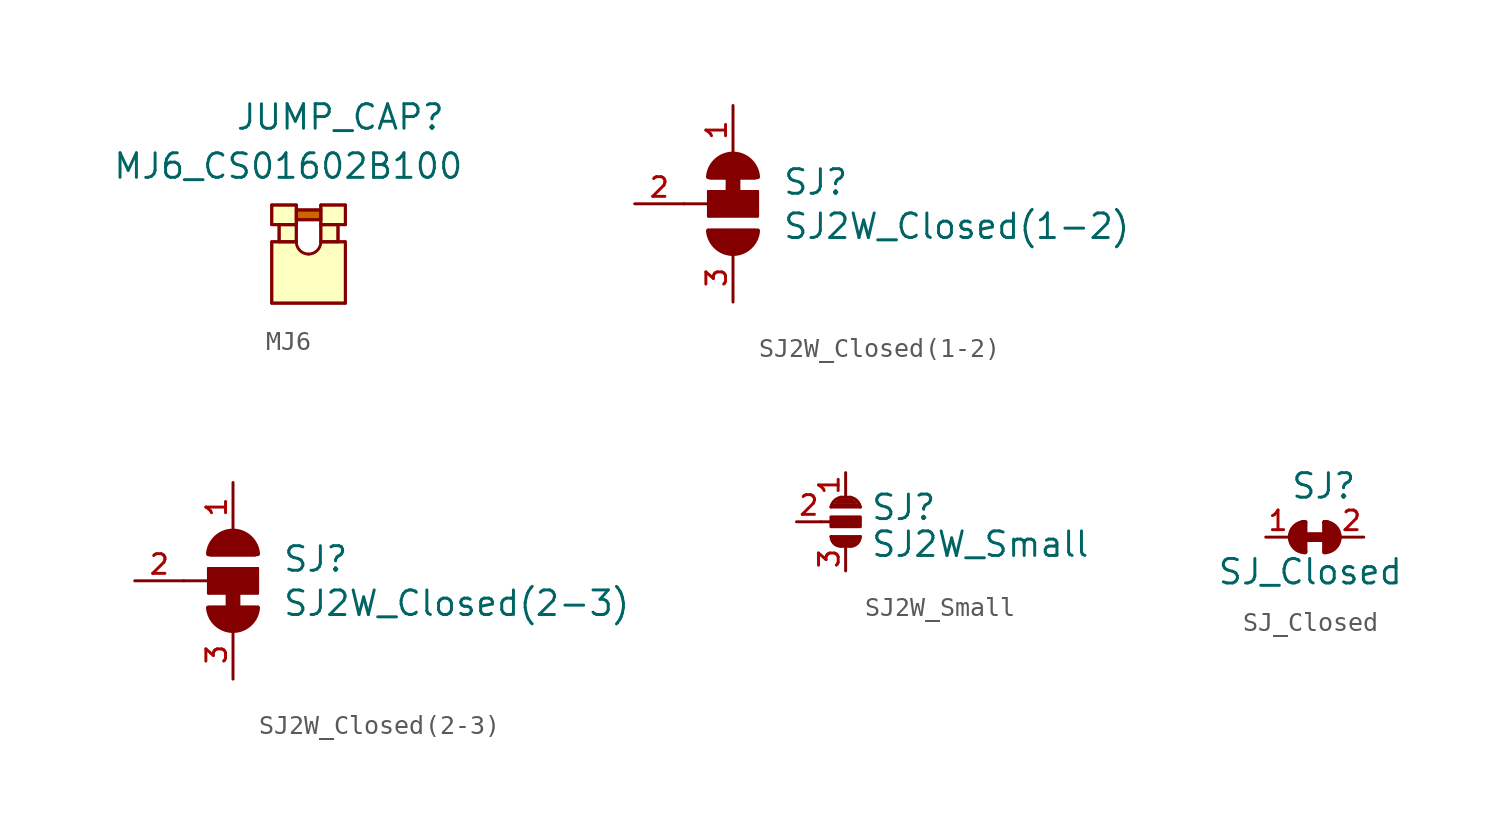
<source format=kicad_sym>
(kicad_symbol_lib
  (version 20220914)
  (generator kicad_symbol_editor)
  (symbol "MJ6"
    (pin_numbers hide)
    (pin_names
      (offset 0) hide)
    (property "Reference" "JUMP_CAP"
      (at -2.54 5.08 0)
      (effects (font (size 1.27 1.27)) (justify left bottom)))
    (property "Value" "MJ6_CS01602B100"
      (at -8.89 2.54 0)
      (effects (font (size 1.27 1.27)) (justify left bottom)))
    (symbol "MJ6_0_1"
      (polyline (pts (xy -0.635 -0.635) (xy 0.635 -0.635)) (stroke (width 0) (type default)) (fill (type none)))
      (polyline (pts (xy -0.635 0.254) (xy 0.635 0.254)) (stroke (width 0) (type default)) (fill (type none)))
      (polyline (pts (xy -0.635 1.27) (xy -0.635 0.254)) (stroke (width 0) (type default)) (fill (type none)))
      (polyline (pts (xy -0.635 1.27) (xy 0.635 1.27)) (stroke (width 0) (type default)) (fill (type none)))
      (polyline (pts (xy -0.254 0.254) (xy -0.254 -0.635)) (stroke (width 0) (type default)) (fill (type none)))
      (polyline (pts (xy 0.635 -0.635) (xy 0.635 1.27)) (stroke (width 0) (type default)) (fill (type none)))
      (polyline (pts (xy 1.905 -0.635) (xy 1.905 1.27)) (stroke (width 0) (type default)) (fill (type none)))
      (polyline (pts (xy 1.905 -0.635) (xy 3.175 -0.635)) (stroke (width 0) (type default)) (fill (type none)))
      (polyline (pts (xy 1.905 0.254) (xy 3.175 0.254)) (stroke (width 0) (type default)) (fill (type none)))
      (polyline (pts (xy 1.905 0.508) (xy 0.635 0.508)) (stroke (width 0) (type default)) (fill (type none)))
      (polyline (pts (xy 1.905 1.016) (xy 0.635 1.016)) (stroke (width 0) (type default)) (fill (type none)))
      (polyline (pts (xy 1.905 1.27) (xy 3.175 1.27)) (stroke (width 0) (type default)) (fill (type none)))
      (polyline (pts (xy 3.175 1.27) (xy 3.175 0.254)) (stroke (width 0) (type default)) (fill (type none)))
      (polyline (pts (xy 2.794 0.254) (xy 2.794 -0.635) (xy 2.794 -0.508)) (stroke (width 0) (type default)) (fill (type none)))
      (arc (start 0.635 -0.635) (mid 0.821 -1.084) (end 1.27 -1.27) (stroke (width 0) (type default)) (fill (type none)))
      (arc (start 1.27 -1.27) (mid 1.719 -1.084) (end 1.905 -0.635) (stroke (width 0) (type default)) (fill (type none))))
    (symbol "MJ6_1_0"
      (rectangle (start -0.635 -1.27) (end 3.175 -3.81) (stroke (width -0.0001) (type default)) (fill (type background)))
      (rectangle (start -0.635 -0.635) (end 0.635 -1.397) (stroke (width -0.0001) (type default)) (fill (type background)))
      (rectangle (start -0.635 1.27) (end 0.635 0.254) (stroke (width 0) (type default)) (fill (type background)))
      (rectangle (start -0.254 0.254) (end 0.635 -0.635) (stroke (width 0) (type default)) (fill (type background)))
      (polyline (pts (xy -0.635 -3.81) (xy 3.175 -3.81)) (stroke (width 0) (type solid)) (fill (type none)))
      (polyline (pts (xy -0.635 -0.635) (xy -0.635 -3.81)) (stroke (width 0) (type solid)) (fill (type none)))
      (polyline (pts (xy 3.175 -3.81) (xy 3.175 -0.635)) (stroke (width 0) (type solid)) (fill (type outline)))
      (polyline (pts (xy 0.635 -0.635) (xy -0.635 -0.635) (xy -0.635 -3.81) (xy 3.175 -3.81) (xy 3.175 -0.635) (xy 1.905 -0.635)) (stroke (width 0) (type default)) (fill (type none)))
      (rectangle (start 0.406 -1.118) (end 0.914 -1.499) (stroke (width -0.0001) (type default)) (fill (type background)))
      (rectangle (start 0.457 -1.168) (end 0.965 -1.549) (stroke (width -0.0001) (type default)) (fill (type background)))
      (rectangle (start 0.635 1.016) (end 1.905 0.508) (stroke (width 0) (type default)) (fill (type color) (color 204 102 0 1)))
      (rectangle (start 0.762 -1.27) (end 0.254 -0.889) (stroke (width -0.0001) (type default)) (fill (type background)))
      (rectangle (start 1.575 -1.168) (end 2.083 -1.549) (stroke (width -0.0001) (type default)) (fill (type background)))
      (rectangle (start 1.676 -1.118) (end 2.184 -1.499) (stroke (width -0.0001) (type default)) (fill (type background)))
      (rectangle (start 1.778 -0.889) (end 2.286 -1.27) (stroke (width -0.0001) (type default)) (fill (type background)))
      (rectangle (start 1.905 -0.635) (end 3.175 -1.397) (stroke (width -0.0001) (type default)) (fill (type background)))
      (rectangle (start 1.905 0.254) (end 2.794 -0.635) (stroke (width 0) (type default)) (fill (type background)))
      (rectangle (start 1.905 1.27) (end 3.175 0.254) (stroke (width 0) (type default)) (fill (type background)))))
  (symbol "SJ2W_Closed(1-2)"
    (pin_names
      (offset 1.016) hide)
    (property "Reference" "SJ"
      (at 2.54 0.381 0)
      (effects (font (size 1.27 1.27)) (justify left bottom)))
    (property "Value" "SJ2W_Closed(1-2)"
      (at 2.54 -1.905 0)
      (effects (font (size 1.27 1.27)) (justify left bottom)))
    (property "Datasheet" ""
      (at 0 0 0)
      (effects (font (size 1.524 1.524))))
    (symbol "SJ2W_Closed(1-2)_0_1"
      (polyline (pts (xy 0 1.905) (xy 0 0)) (stroke (width 0.762) (type solid)) (fill (type none))))
    (symbol "SJ2W_Closed(1-2)_1_0"
      (polyline (pts (xy -2.54 0) (xy -1.27 0)) (stroke (width 0) (type solid)) (fill (type none)))
      (polyline (pts (xy -1.27 -0.635) (xy -1.27 0)) (stroke (width 0) (type solid)) (fill (type none)))
      (polyline (pts (xy -1.27 0) (xy -1.27 0.635)) (stroke (width 0) (type solid)) (fill (type none)))
      (polyline (pts (xy -1.27 0.635) (xy 1.27 0.635)) (stroke (width 0) (type solid)) (fill (type none)))
      (polyline (pts (xy 1.27 -0.635) (xy -1.27 -0.635)) (stroke (width 0) (type solid)) (fill (type none)))
      (polyline (pts (xy 1.27 0.635) (xy 1.27 -0.635)) (stroke (width 0) (type solid)) (fill (type none))))
    (symbol "SJ2W_Closed(1-2)_1_1"
      (arc (start -1.27 -1.397) (mid 0 -2.5695) (end 1.27 -1.397) (stroke (width 0.254) (type solid)) (fill (type outline)))
      (rectangle (start -1.27 -0.635) (end 1.27 0.635) (stroke (width 0) (type solid)) (fill (type outline)))
      (polyline (pts (xy -1.168 1.372) (xy 1.143 1.372)) (stroke (width 0.254) (type solid)) (fill (type none)))
      (polyline (pts (xy -1.143 -1.397) (xy 1.143 -1.397)) (stroke (width 0.254) (type solid)) (fill (type none)))
      (arc (start 1.27 1.397) (mid 0 2.5695) (end -1.27 1.397) (stroke (width 0.254) (type solid)) (fill (type outline)))
      (pin passive line (at 0 5.08 270) (length 2.54) (name "1" (effects (font (size 0.508 0.508)))) (number "1" (effects (font (size 1.016 1.016)))))
      (pin passive line (at -5.08 0 0) (length 2.54) (name "2" (effects (font (size 0.508 0.508)))) (number "2" (effects (font (size 1.016 1.016)))))
      (pin passive line (at 0 -5.08 90) (length 2.54) (name "3" (effects (font (size 0.508 0.508)))) (number "3" (effects (font (size 1.016 1.016)))))))
  (symbol "SJ2W_Closed(2-3)"
    (pin_names
      (offset 1.016) hide)
    (property "Reference" "SJ"
      (at 2.54 0.381 0)
      (effects (font (size 1.27 1.27)) (justify left bottom)))
    (property "Value" "SJ2W_Closed(2-3)"
      (at 2.54 -1.905 0)
      (effects (font (size 1.27 1.27)) (justify left bottom)))
    (property "Datasheet" ""
      (at 0 0 0)
      (effects (font (size 1.524 1.524))))
    (symbol "SJ2W_Closed(2-3)_0_1"
      (polyline (pts (xy 0 0) (xy 0 -1.905)) (stroke (width 0.762) (type solid)) (fill (type none))))
    (symbol "SJ2W_Closed(2-3)_1_0"
      (polyline (pts (xy -2.54 0) (xy -1.27 0)) (stroke (width 0) (type solid)) (fill (type none)))
      (polyline (pts (xy -1.27 -0.635) (xy -1.27 0)) (stroke (width 0) (type solid)) (fill (type none)))
      (polyline (pts (xy -1.27 0) (xy -1.27 0.635)) (stroke (width 0) (type solid)) (fill (type none)))
      (polyline (pts (xy -1.27 0.635) (xy 1.27 0.635)) (stroke (width 0) (type solid)) (fill (type none)))
      (polyline (pts (xy 1.27 -0.635) (xy -1.27 -0.635)) (stroke (width 0) (type solid)) (fill (type none)))
      (polyline (pts (xy 1.27 0.635) (xy 1.27 -0.635)) (stroke (width 0) (type solid)) (fill (type none))))
    (symbol "SJ2W_Closed(2-3)_1_1"
      (arc (start -1.27 -1.397) (mid 0 -2.5695) (end 1.27 -1.397) (stroke (width 0.254) (type solid)) (fill (type outline)))
      (rectangle (start -1.27 -0.635) (end 1.27 0.635) (stroke (width 0) (type solid)) (fill (type outline)))
      (polyline (pts (xy -1.168 1.372) (xy 1.143 1.372)) (stroke (width 0.254) (type solid)) (fill (type none)))
      (polyline (pts (xy -1.143 -1.397) (xy 1.143 -1.397)) (stroke (width 0.254) (type solid)) (fill (type none)))
      (arc (start 1.27 1.397) (mid 0 2.5695) (end -1.27 1.397) (stroke (width 0.254) (type solid)) (fill (type outline)))
      (pin passive line (at 0 5.08 270) (length 2.54) (name "1" (effects (font (size 0.508 0.508)))) (number "1" (effects (font (size 1.016 1.016)))))
      (pin passive line (at -5.08 0 0) (length 2.54) (name "2" (effects (font (size 0.508 0.508)))) (number "2" (effects (font (size 1.016 1.016)))))
      (pin passive line (at 0 -5.08 90) (length 2.54) (name "3" (effects (font (size 0.508 0.508)))) (number "3" (effects (font (size 1.016 1.016)))))))
  (symbol "SJ2W_Small"
    (pin_names
      (offset 1.016) hide)
    (property "Reference" "SJ"
      (at 1.27 0 0)
      (effects (font (size 1.27 1.27)) (justify left bottom)))
    (property "Value" "SJ2W_Small"
      (at 1.27 -1.905 0)
      (effects (font (size 1.27 1.27)) (justify left bottom)))
    (property "Datasheet" ""
      (at 0 0 0)
      (effects (font (size 1.524 1.524))))
    (symbol "SJ2W_Small_0_1"
      (arc (start -0.762 -0.762) (mid -0.6132 -1.1212) (end -0.254 -1.27) (stroke (width 0) (type solid)) (fill (type none)))
      (rectangle (start -0.762 0.254) (end 0.762 -0.254) (stroke (width 0) (type solid)) (fill (type outline)))
      (arc (start -0.254 1.27) (mid -0.5849 1.0929) (end -0.762 0.762) (stroke (width 0) (type solid)) (fill (type none)))
      (polyline (pts (xy -0.762 -0.762) (xy 0.762 -0.762)) (stroke (width 0) (type solid)) (fill (type none)))
      (polyline (pts (xy -0.762 0) (xy -1.27 0)) (stroke (width 0) (type solid)) (fill (type none)))
      (polyline (pts (xy -0.762 0.762) (xy 0.762 0.762)) (stroke (width 0) (type solid)) (fill (type outline)))
      (polyline (pts (xy -0.254 -1.27) (xy 0.254 -1.27)) (stroke (width 0) (type solid)) (fill (type none)))
      (polyline (pts (xy -0.254 1.27) (xy 0.254 1.27)) (stroke (width 0) (type solid)) (fill (type outline)))
      (polyline (pts (xy 0.381 1.143) (xy -0.381 1.143)) (stroke (width 0) (type solid)) (fill (type none)))
      (polyline (pts (xy 0.508 -1.143) (xy -0.508 -1.143)) (stroke (width 0) (type solid)) (fill (type none)))
      (polyline (pts (xy 0.508 1.016) (xy -0.508 1.016)) (stroke (width 0) (type solid)) (fill (type none)))
      (polyline (pts (xy 0.635 -1.016) (xy -0.635 -1.016)) (stroke (width 0) (type solid)) (fill (type none)))
      (polyline (pts (xy 0.635 -0.889) (xy -0.635 -0.889)) (stroke (width 0) (type solid)) (fill (type none)))
      (polyline (pts (xy 0.635 0.889) (xy -0.635 0.889)) (stroke (width 0) (type solid)) (fill (type none)))
      (arc (start 0.254 -1.27) (mid 0.6132 -1.1212) (end 0.762 -0.762) (stroke (width 0) (type solid)) (fill (type none)))
      (arc (start 0.762 0.762) (mid 0.5849 1.0929) (end 0.254 1.27) (stroke (width 0) (type solid)) (fill (type none))))
    (symbol "SJ2W_Small_1_1"
      (pin passive line (at 0 2.54 270) (length 1.27) (name "1" (effects (font (size 0.508 0.508)))) (number "1" (effects (font (size 1.016 1.016)))))
      (pin passive line (at -2.54 0 0) (length 1.27) (name "2" (effects (font (size 0.508 0.508)))) (number "2" (effects (font (size 1.016 1.016)))))
      (pin passive line (at 0 -2.54 90) (length 1.27) (name "3" (effects (font (size 0.508 0.508)))) (number "3" (effects (font (size 1.016 1.016)))))))
  (symbol "SJ_Closed"
    (pin_names
      (offset 1.016) hide)
    (property "Reference" "SJ"
      (at -1.27 1.905 0)
      (effects (font (size 1.27 1.27)) (justify left bottom)))
    (property "Value" "SJ_Closed"
      (at -5.08 -2.54 0)
      (effects (font (size 1.27 1.27)) (justify left bottom)))
    (property "Datasheet" ""
      (at 0 0 0)
      (effects (font (size 1.524 1.524))))
    (symbol "SJ_Closed_0_1"
      (arc (start -0.508 0.762) (mid -1.2667 0) (end -0.508 -0.762) (stroke (width 0.254) (type solid)) (fill (type none)))
      (polyline (pts (xy -1.143 0.381) (xy -1.143 -0.254)) (stroke (width 0.254) (type solid)) (fill (type none)))
      (polyline (pts (xy -1.016 0.508) (xy -1.016 -0.508)) (stroke (width 0.254) (type solid)) (fill (type none)))
      (polyline (pts (xy -0.889 0.508) (xy -0.889 -0.508)) (stroke (width 0.254) (type solid)) (fill (type none)))
      (polyline (pts (xy -0.762 0.635) (xy -0.762 -0.635)) (stroke (width 0.254) (type solid)) (fill (type none)))
      (polyline (pts (xy -0.635 0) (xy 0.635 0)) (stroke (width 0.508) (type solid)) (fill (type none)))
      (polyline (pts (xy -0.635 0.762) (xy -0.635 -0.635)) (stroke (width 0.254) (type solid)) (fill (type none)))
      (polyline (pts (xy -0.508 0.762) (xy -0.508 -0.762)) (stroke (width 0.254) (type solid)) (fill (type none)))
      (polyline (pts (xy 0.508 0.762) (xy 0.508 -0.762)) (stroke (width 0.254) (type solid)) (fill (type none)))
      (polyline (pts (xy 0.635 0.762) (xy 0.635 -0.635)) (stroke (width 0.254) (type solid)) (fill (type none)))
      (polyline (pts (xy 0.762 0.635) (xy 0.762 -0.635)) (stroke (width 0.254) (type solid)) (fill (type none)))
      (polyline (pts (xy 0.889 0.508) (xy 0.889 -0.508)) (stroke (width 0.254) (type solid)) (fill (type none)))
      (polyline (pts (xy 1.016 0.508) (xy 1.016 -0.381)) (stroke (width 0.254) (type solid)) (fill (type none)))
      (polyline (pts (xy 1.143 0.381) (xy 1.143 -0.381)) (stroke (width 0.254) (type solid)) (fill (type none)))
      (arc (start 0.508 -0.762) (mid 1.0468 -0.5388) (end 1.27 0) (stroke (width 0.254) (type solid)) (fill (type none)))
      (arc (start 1.27 0) (mid 1.0468 0.5388) (end 0.508 0.762) (stroke (width 0.254) (type solid)) (fill (type none))))
    (symbol "SJ_Closed_1_1"
      (pin passive line (at -2.54 0 0) (length 1.27) (name "1" (effects (font (size 0.508 0.508)))) (number "1" (effects (font (size 1.016 1.016)))))
      (pin passive line (at 2.54 0 180) (length 1.27) (name "2" (effects (font (size 0.508 0.508)))) (number "2" (effects (font (size 1.016 1.016))))))))
</source>
